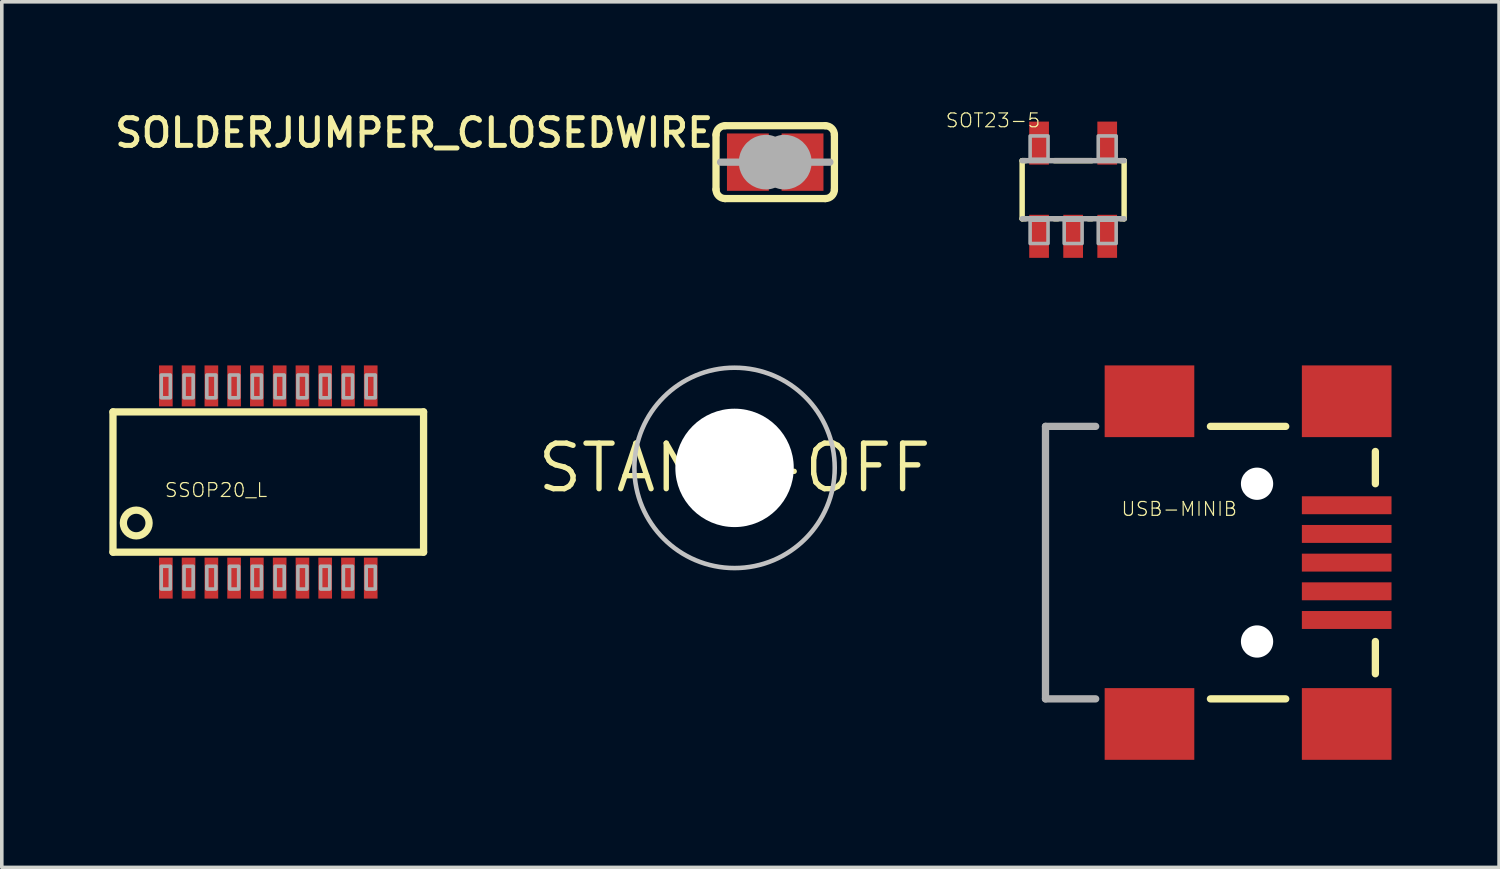
<source format=kicad_pcb>
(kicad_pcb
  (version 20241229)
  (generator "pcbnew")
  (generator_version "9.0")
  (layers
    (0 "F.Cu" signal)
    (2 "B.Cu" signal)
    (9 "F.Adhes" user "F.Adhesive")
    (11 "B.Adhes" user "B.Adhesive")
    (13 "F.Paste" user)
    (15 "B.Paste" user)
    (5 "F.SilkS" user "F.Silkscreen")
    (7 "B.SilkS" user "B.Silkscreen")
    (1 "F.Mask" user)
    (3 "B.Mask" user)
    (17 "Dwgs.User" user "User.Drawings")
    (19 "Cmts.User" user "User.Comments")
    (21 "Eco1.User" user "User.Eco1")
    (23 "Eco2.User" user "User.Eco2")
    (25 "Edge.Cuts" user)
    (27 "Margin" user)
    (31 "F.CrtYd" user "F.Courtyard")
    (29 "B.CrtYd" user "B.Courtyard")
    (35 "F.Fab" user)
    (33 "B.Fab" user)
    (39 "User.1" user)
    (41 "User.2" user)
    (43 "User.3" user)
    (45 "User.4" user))
  (footprint "STAND-OFF"
    (layer "F.Cu")
    (at 17.436 9.999)
    (property "Reference" "STAND-OFF" (at 0 0 0) (layer "F.SilkS") (effects (font (size 1.27 1.27) (thickness 0.15))))
    (attr through_hole)
    (fp_circle (center 0 0) (end 2.794 0) (stroke (width 0.127) (type solid)) (fill no) (layer "Dwgs.User"))
    (pad "" np_thru_hole circle (at 0 0) (size 3.302 3.302) (drill 3.302) (layers "*.Cu" "*.Mask")))
  (footprint "USB-MINIB"
    (layer "F.Cu")
    (at 32.008 12.641)
    (property "Reference" "USB-MINIB" (at -3.81 -1.27 0) (layer "F.SilkS") (effects (font (size 0.386 0.386) (thickness 0.033)) (justify left bottom)))
    (attr through_hole)
    (fp_line (start -1.3 -3.8) (end 0.8 -3.8) (stroke (width 0.203) (type solid)) (layer "F.SilkS"))
    (fp_line (start 0.8 3.8) (end -1.3 3.8) (stroke (width 0.203) (type solid)) (layer "F.SilkS"))
    (fp_line (start 3.3 -3.1) (end 3.3 -2.2) (stroke (width 0.203) (type solid)) (layer "F.SilkS"))
    (fp_line (start 3.3 2.2) (end 3.3 3.1) (stroke (width 0.203) (type solid)) (layer "F.SilkS"))
    (fp_line (start -5.9 -3.8) (end -5.9 3.8) (stroke (width 0.203) (type solid)) (layer "F.Fab"))
    (fp_line (start -5.9 -3.8) (end -4.5 -3.8) (stroke (width 0.203) (type solid)) (layer "F.Fab"))
    (fp_line (start -5.9 3.8) (end -4.5 3.8) (stroke (width 0.203) (type solid)) (layer "F.Fab"))
    (pad "" np_thru_hole circle (at 0 -2.2) (size 0.9 0.9) (drill 0.9) (layers "*.Cu" "*.Mask"))
    (pad "" np_thru_hole circle (at 0 2.2) (size 0.9 0.9) (drill 0.9) (layers "*.Cu" "*.Mask"))
    (pad "D+" smd rect (at 2.5 0) (size 2.5 0.5) (layers "F.Cu" "F.Mask" "F.Paste"))
    (pad "D-" smd rect (at 2.5 -0.8) (size 2.5 0.5) (layers "F.Cu" "F.Mask" "F.Paste"))
    (pad "GND" smd rect (at 2.5 1.6) (size 2.5 0.5) (layers "F.Cu" "F.Mask" "F.Paste"))
    (pad "GND@1" smd rect (at -3 4.5) (size 2.5 2) (layers "F.Cu" "F.Mask" "F.Paste"))
    (pad "GND@2" smd rect (at -3 -4.5) (size 2.5 2) (layers "F.Cu" "F.Mask" "F.Paste"))
    (pad "GND@3" smd rect (at 2.5 -4.5) (size 2.5 2) (layers "F.Cu" "F.Mask" "F.Paste"))
    (pad "GND@4" smd rect (at 2.5 4.5) (size 2.5 2) (layers "F.Cu" "F.Mask" "F.Paste"))
    (pad "ID" smd rect (at 2.5 0.8) (size 2.5 0.5) (layers "F.Cu" "F.Mask" "F.Paste"))
    (pad "VBUS" smd rect (at 2.5 -1.6) (size 2.5 0.5) (layers "F.Cu" "F.Mask" "F.Paste")))
  (footprint "SSOP20_L"
    (layer "F.Cu")
    (at 4.432 10.393)
    (property "Reference" "SSOP20_L" (at 0 0 0) (layer "F.SilkS") (effects (font (size 0.386 0.386) (thickness 0.033)) (justify right top)))
    (attr through_hole)
    (fp_line (start -4.331 -1.956) (end -4.331 1.956) (stroke (width 0.203) (type solid)) (layer "F.SilkS"))
    (fp_line (start -4.331 1.956) (end 4.331 1.956) (stroke (width 0.203) (type solid)) (layer "F.SilkS"))
    (fp_line (start 4.331 -1.956) (end -4.331 -1.956) (stroke (width 0.203) (type solid)) (layer "F.SilkS"))
    (fp_line (start 4.331 1.956) (end 4.331 -1.956) (stroke (width 0.203) (type solid)) (layer "F.SilkS"))
    (fp_circle (center -3.683 1.143) (end -3.324 1.143) (stroke (width 0.203) (type solid)) (fill no) (layer "F.SilkS"))
    (fp_poly (pts (xy -2.985 2.985) (xy -2.731 2.985) (xy -2.731 2.349) (xy -2.985 2.349)) (stroke (width 0.1) (type solid)) (fill no) (layer "F.Fab"))
    (fp_poly (pts (xy -2.731 -2.985) (xy -2.985 -2.985) (xy -2.985 -2.349) (xy -2.731 -2.349)) (stroke (width 0.1) (type solid)) (fill no) (layer "F.Fab"))
    (fp_poly (pts (xy -2.349 2.985) (xy -2.095 2.985) (xy -2.095 2.349) (xy -2.349 2.349)) (stroke (width 0.1) (type solid)) (fill no) (layer "F.Fab"))
    (fp_poly (pts (xy -2.095 -2.985) (xy -2.349 -2.985) (xy -2.349 -2.349) (xy -2.095 -2.349)) (stroke (width 0.1) (type solid)) (fill no) (layer "F.Fab"))
    (fp_poly (pts (xy -1.714 2.985) (xy -1.46 2.985) (xy -1.46 2.349) (xy -1.714 2.349)) (stroke (width 0.1) (type solid)) (fill no) (layer "F.Fab"))
    (fp_poly (pts (xy -1.46 -2.985) (xy -1.714 -2.985) (xy -1.714 -2.349) (xy -1.46 -2.349)) (stroke (width 0.1) (type solid)) (fill no) (layer "F.Fab"))
    (fp_poly (pts (xy -1.079 2.985) (xy -0.826 2.985) (xy -0.826 2.349) (xy -1.079 2.349)) (stroke (width 0.1) (type solid)) (fill no) (layer "F.Fab"))
    (fp_poly (pts (xy -0.826 -2.985) (xy -1.079 -2.985) (xy -1.079 -2.349) (xy -0.826 -2.349)) (stroke (width 0.1) (type solid)) (fill no) (layer "F.Fab"))
    (fp_poly (pts (xy -0.445 2.985) (xy -0.191 2.985) (xy -0.191 2.349) (xy -0.445 2.349)) (stroke (width 0.1) (type solid)) (fill no) (layer "F.Fab"))
    (fp_poly (pts (xy -0.191 -2.985) (xy -0.445 -2.985) (xy -0.445 -2.349) (xy -0.191 -2.349)) (stroke (width 0.1) (type solid)) (fill no) (layer "F.Fab"))
    (fp_poly (pts (xy 0.191 2.985) (xy 0.445 2.985) (xy 0.445 2.349) (xy 0.191 2.349)) (stroke (width 0.1) (type solid)) (fill no) (layer "F.Fab"))
    (fp_poly (pts (xy 0.445 -2.985) (xy 0.191 -2.985) (xy 0.191 -2.349) (xy 0.445 -2.349)) (stroke (width 0.1) (type solid)) (fill no) (layer "F.Fab"))
    (fp_poly (pts (xy 0.826 2.985) (xy 1.079 2.985) (xy 1.079 2.349) (xy 0.826 2.349)) (stroke (width 0.1) (type solid)) (fill no) (layer "F.Fab"))
    (fp_poly (pts (xy 1.079 -2.985) (xy 0.826 -2.985) (xy 0.826 -2.349) (xy 1.079 -2.349)) (stroke (width 0.1) (type solid)) (fill no) (layer "F.Fab"))
    (fp_poly (pts (xy 1.46 2.985) (xy 1.714 2.985) (xy 1.714 2.349) (xy 1.46 2.349)) (stroke (width 0.1) (type solid)) (fill no) (layer "F.Fab"))
    (fp_poly (pts (xy 1.714 -2.985) (xy 1.46 -2.985) (xy 1.46 -2.349) (xy 1.714 -2.349)) (stroke (width 0.1) (type solid)) (fill no) (layer "F.Fab"))
    (fp_poly (pts (xy 2.095 2.985) (xy 2.349 2.985) (xy 2.349 2.349) (xy 2.095 2.349)) (stroke (width 0.1) (type solid)) (fill no) (layer "F.Fab"))
    (fp_poly (pts (xy 2.349 -2.985) (xy 2.095 -2.985) (xy 2.095 -2.349) (xy 2.349 -2.349)) (stroke (width 0.1) (type solid)) (fill no) (layer "F.Fab"))
    (fp_poly (pts (xy 2.731 2.985) (xy 2.985 2.985) (xy 2.985 2.349) (xy 2.731 2.349)) (stroke (width 0.1) (type solid)) (fill no) (layer "F.Fab"))
    (fp_poly (pts (xy 2.985 -2.985) (xy 2.731 -2.985) (xy 2.731 -2.349) (xy 2.985 -2.349)) (stroke (width 0.1) (type solid)) (fill no) (layer "F.Fab"))
    (pad "1" smd rect (at -2.857 2.68 180) (size 0.381 1.143) (layers "F.Cu" "F.Mask" "F.Paste"))
    (pad "2" smd rect (at -2.223 2.68 180) (size 0.381 1.143) (layers "F.Cu" "F.Mask" "F.Paste"))
    (pad "3" smd rect (at -1.587 2.68 180) (size 0.381 1.143) (layers "F.Cu" "F.Mask" "F.Paste"))
    (pad "4" smd rect (at -0.953 2.68 180) (size 0.381 1.143) (layers "F.Cu" "F.Mask" "F.Paste"))
    (pad "5" smd rect (at -0.318 2.68 180) (size 0.381 1.143) (layers "F.Cu" "F.Mask" "F.Paste"))
    (pad "6" smd rect (at 0.318 2.68 180) (size 0.381 1.143) (layers "F.Cu" "F.Mask" "F.Paste"))
    (pad "7" smd rect (at 0.953 2.68 180) (size 0.381 1.143) (layers "F.Cu" "F.Mask" "F.Paste"))
    (pad "8" smd rect (at 1.587 2.68 180) (size 0.381 1.143) (layers "F.Cu" "F.Mask" "F.Paste"))
    (pad "9" smd rect (at 2.223 2.68 180) (size 0.381 1.143) (layers "F.Cu" "F.Mask" "F.Paste"))
    (pad "10" smd rect (at 2.857 2.68 180) (size 0.381 1.143) (layers "F.Cu" "F.Mask" "F.Paste"))
    (pad "11" smd rect (at 2.857 -2.68) (size 0.381 1.143) (layers "F.Cu" "F.Mask" "F.Paste"))
    (pad "12" smd rect (at 2.223 -2.68) (size 0.381 1.143) (layers "F.Cu" "F.Mask" "F.Paste"))
    (pad "13" smd rect (at 1.587 -2.68) (size 0.381 1.143) (layers "F.Cu" "F.Mask" "F.Paste"))
    (pad "14" smd rect (at 0.953 -2.68) (size 0.381 1.143) (layers "F.Cu" "F.Mask" "F.Paste"))
    (pad "15" smd rect (at 0.318 -2.68) (size 0.381 1.143) (layers "F.Cu" "F.Mask" "F.Paste"))
    (pad "16" smd rect (at -0.318 -2.68) (size 0.381 1.143) (layers "F.Cu" "F.Mask" "F.Paste"))
    (pad "17" smd rect (at -0.953 -2.68) (size 0.381 1.143) (layers "F.Cu" "F.Mask" "F.Paste"))
    (pad "18" smd rect (at -1.587 -2.68) (size 0.381 1.143) (layers "F.Cu" "F.Mask" "F.Paste"))
    (pad "19" smd rect (at -2.223 -2.68) (size 0.381 1.143) (layers "F.Cu" "F.Mask" "F.Paste"))
    (pad "20" smd rect (at -2.857 -2.68) (size 0.381 1.143) (layers "F.Cu" "F.Mask" "F.Paste")))
  (footprint "SOLDERJUMPER_CLOSEDWIRE"
    (layer "F.Cu")
    (at 18.57 1.472)
    (property "Reference" "SOLDERJUMPER_CLOSEDWIRE" (at -1.651 -1.27 180) (layer "F.SilkS") (effects (font (size 0.772 0.772) (thickness 0.139)) (justify right top)))
    (attr through_hole)
    (fp_poly (pts (xy -1.27 -0.762) (xy 1.27 -0.762) (xy 1.27 0.762) (xy -1.27 0.762)) (stroke (width 0) (type solid)) (fill yes) (layer "F.Mask"))
    (fp_line (start -1.651 0.762) (end -1.651 -0.762) (stroke (width 0.203) (type solid)) (layer "F.SilkS"))
    (fp_line (start -1.397 -1.016) (end 1.397 -1.016) (stroke (width 0.203) (type solid)) (layer "F.SilkS"))
    (fp_line (start 1.397 1.016) (end -1.397 1.016) (stroke (width 0.203) (type solid)) (layer "F.SilkS"))
    (fp_line (start 1.651 0.762) (end 1.651 -0.762) (stroke (width 0.203) (type solid)) (layer "F.SilkS"))
    (fp_arc (start -1.651 -0.762) (mid -1.576605 -0.941605) (end -1.397 -1.016) (stroke (width 0.2032) (type solid)) (layer "F.SilkS"))
    (fp_arc (start -1.397 1.016) (mid -1.576605 0.941605) (end -1.651 0.762) (stroke (width 0.2032) (type solid)) (layer "F.SilkS"))
    (fp_arc (start 1.397 -1.016) (mid 1.576605 -0.941605) (end 1.651 -0.762) (stroke (width 0.2032) (type solid)) (layer "F.SilkS"))
    (fp_arc (start 1.651 0.762) (mid 1.576605 0.941605) (end 1.397 1.016) (stroke (width 0.2032) (type solid)) (layer "F.SilkS"))
    (fp_line (start -1.016 0) (end -1.524 0) (stroke (width 0.203) (type solid)) (layer "F.Fab"))
    (fp_line (start 1.016 0) (end 1.524 0) (stroke (width 0.203) (type solid)) (layer "F.Fab"))
    (fp_arc (start -0.254 0.127) (mid -0.381 0) (end -0.254 -0.127) (stroke (width 1.27) (type solid)) (layer "F.Fab"))
    (fp_arc (start 0.254 -0.127) (mid 0.381 0) (end 0.254 0.127) (stroke (width 1.27) (type solid)) (layer "F.Fab"))
    (pad "1" smd rect (at -0.762 0) (size 1.168 1.6) (layers "F.Cu" "F.Mask"))
    (pad "2" smd rect (at 0.762 0) (size 1.168 1.6) (layers "F.Cu" "F.Mask"))
    (pad "WIRE" smd rect (at 0 0) (size 0.635 0.203) (layers "F.Cu" "F.Mask")))
  (footprint "SOT23-5"
    (layer "F.Cu")
    (at 26.879 2.241)
    (property "Reference" "SOT23-5" (at -0.889 -2.159 0) (layer "F.SilkS") (effects (font (size 0.386 0.386) (thickness 0.033)) (justify right top)))
    (attr through_hole)
    (fp_line (start -1.422 -0.81) (end -1.328 -0.81) (stroke (width 0.152) (type solid)) (layer "F.SilkS"))
    (fp_line (start -1.422 0.81) (end -1.422 -0.81) (stroke (width 0.152) (type solid)) (layer "F.SilkS"))
    (fp_line (start -1.328 0.81) (end -1.422 0.81) (stroke (width 0.152) (type solid)) (layer "F.SilkS"))
    (fp_line (start -0.522 -0.81) (end 0.522 -0.81) (stroke (width 0.152) (type solid)) (layer "F.SilkS"))
    (fp_line (start -0.428 0.81) (end -0.522 0.81) (stroke (width 0.152) (type solid)) (layer "F.SilkS"))
    (fp_line (start 0.522 0.81) (end 0.428 0.81) (stroke (width 0.152) (type solid)) (layer "F.SilkS"))
    (fp_line (start 1.328 -0.81) (end 1.422 -0.81) (stroke (width 0.152) (type solid)) (layer "F.SilkS"))
    (fp_line (start 1.422 -0.81) (end 1.422 0.81) (stroke (width 0.152) (type solid)) (layer "F.SilkS"))
    (fp_line (start 1.422 0.81) (end 1.328 0.81) (stroke (width 0.152) (type solid)) (layer "F.SilkS"))
    (fp_line (start -1.422 -0.81) (end 1.422 -0.81) (stroke (width 0.152) (type solid)) (layer "F.Fab"))
    (fp_line (start 1.422 0.81) (end -1.422 0.81) (stroke (width 0.152) (type solid)) (layer "F.Fab"))
    (fp_poly (pts (xy -1.2 -0.85) (xy -0.7 -0.85) (xy -0.7 -1.5) (xy -1.2 -1.5)) (stroke (width 0.1) (type solid)) (fill no) (layer "F.Fab"))
    (fp_poly (pts (xy -1.2 1.5) (xy -0.7 1.5) (xy -0.7 0.85) (xy -1.2 0.85)) (stroke (width 0.1) (type solid)) (fill no) (layer "F.Fab"))
    (fp_poly (pts (xy -0.25 1.5) (xy 0.25 1.5) (xy 0.25 0.85) (xy -0.25 0.85)) (stroke (width 0.1) (type solid)) (fill no) (layer "F.Fab"))
    (fp_poly (pts (xy 0.7 -0.85) (xy 1.2 -0.85) (xy 1.2 -1.5) (xy 0.7 -1.5)) (stroke (width 0.1) (type solid)) (fill no) (layer "F.Fab"))
    (fp_poly (pts (xy 0.7 1.5) (xy 1.2 1.5) (xy 1.2 0.85) (xy 0.7 0.85)) (stroke (width 0.1) (type solid)) (fill no) (layer "F.Fab"))
    (pad "1" smd rect (at -0.95 1.3) (size 0.55 1.2) (layers "F.Cu" "F.Mask" "F.Paste"))
    (pad "2" smd rect (at 0 1.3) (size 0.55 1.2) (layers "F.Cu" "F.Mask" "F.Paste"))
    (pad "3" smd rect (at 0.95 1.3) (size 0.55 1.2) (layers "F.Cu" "F.Mask" "F.Paste"))
    (pad "4" smd rect (at 0.95 -1.3) (size 0.55 1.2) (layers "F.Cu" "F.Mask" "F.Paste"))
    (pad "5" smd rect (at -0.95 -1.3) (size 0.55 1.2) (layers "F.Cu" "F.Mask" "F.Paste")))
  (gr_rect
    (start -3 -3)
    (end 38.758 21.141)
    (stroke (width 0.1) (type default))
    (fill no)
    (layer "Edge.Cuts")))
</source>
